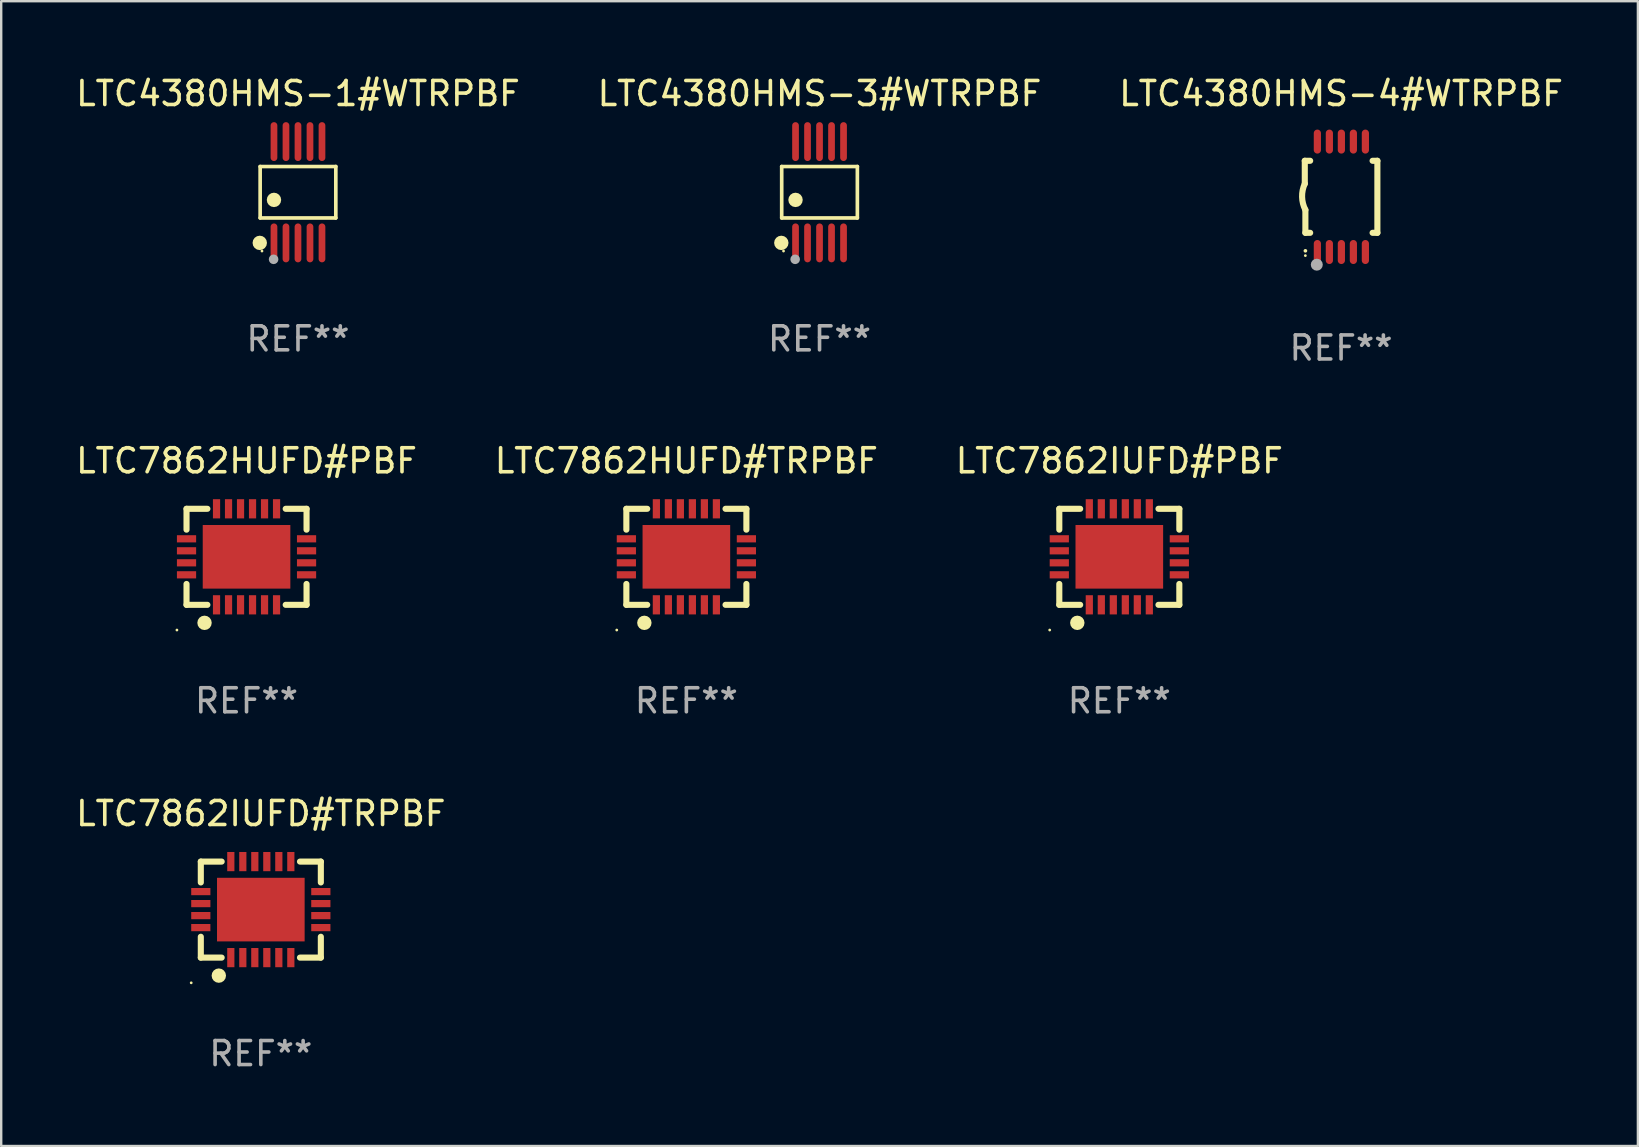
<source format=kicad_pcb>
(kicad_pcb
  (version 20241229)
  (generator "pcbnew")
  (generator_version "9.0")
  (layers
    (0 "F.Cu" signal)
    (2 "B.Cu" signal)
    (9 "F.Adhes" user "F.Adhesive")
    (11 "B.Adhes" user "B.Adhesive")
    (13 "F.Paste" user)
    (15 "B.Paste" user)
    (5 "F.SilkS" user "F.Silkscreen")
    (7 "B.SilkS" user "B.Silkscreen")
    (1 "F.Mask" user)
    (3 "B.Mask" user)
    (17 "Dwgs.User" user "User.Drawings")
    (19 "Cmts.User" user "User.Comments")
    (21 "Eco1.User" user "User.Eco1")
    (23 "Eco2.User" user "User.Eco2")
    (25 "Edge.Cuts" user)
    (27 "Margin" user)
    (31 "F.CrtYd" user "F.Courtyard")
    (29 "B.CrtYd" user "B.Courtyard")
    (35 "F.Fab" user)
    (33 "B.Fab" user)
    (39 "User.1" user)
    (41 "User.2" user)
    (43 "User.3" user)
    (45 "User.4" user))
  (footprint "LTC4380HMS-3#WTRPBF"
    (layer "F.Cu")
    (at 31.089 4.958)
    (property "Reference" "LTC4380HMS-3#WTRPBF" (at 0 -4.11 0) (layer "F.SilkS") (effects (font (size 1 1) (thickness 0.15))))
    (attr through_hole)
    (fp_line (start -1.576 -1.071) (end 1.576 -1.071) (stroke (width 0.152) (type solid)) (layer "F.SilkS"))
    (fp_line (start -1.576 1.071) (end -1.576 -1.071) (stroke (width 0.152) (type solid)) (layer "F.SilkS"))
    (fp_line (start 1.576 -1.071) (end 1.576 1.071) (stroke (width 0.152) (type solid)) (layer "F.SilkS"))
    (fp_line (start 1.576 1.071) (end -1.576 1.071) (stroke (width 0.152) (type solid)) (layer "F.SilkS"))
    (fp_circle (center -1.592 2.11) (end -1.442 2.11) (stroke (width 0.3) (type solid)) (fill no) (layer "F.SilkS"))
    (fp_circle (center -1.5 2.45) (end -1.47 2.45) (stroke (width 0.06) (type solid)) (fill no) (layer "F.SilkS"))
    (fp_circle (center -1 0.319) (end -0.85 0.319) (stroke (width 0.3) (type solid)) (fill no) (layer "F.SilkS"))
    (fp_circle (center -1.016 2.794) (end -0.916 2.794) (stroke (width 0.2) (type solid)) (fill no) (layer "F.Fab"))
    (fp_text user "REF**" (at 0 6.11 0) (layer "F.Fab") (effects (font (size 1 1) (thickness 0.15))))
    (pad "1" smd oval (at -1 2.11) (size 0.28 1.62) (layers "F.Cu" "F.Mask" "F.Paste"))
    (pad "2" smd oval (at -0.5 2.11) (size 0.28 1.62) (layers "F.Cu" "F.Mask" "F.Paste"))
    (pad "3" smd oval (at 0 2.11) (size 0.28 1.62) (layers "F.Cu" "F.Mask" "F.Paste"))
    (pad "4" smd oval (at 0.5 2.11) (size 0.28 1.62) (layers "F.Cu" "F.Mask" "F.Paste"))
    (pad "5" smd oval (at 1 2.11) (size 0.28 1.62) (layers "F.Cu" "F.Mask" "F.Paste"))
    (pad "6" smd oval (at 1 -2.11) (size 0.28 1.62) (layers "F.Cu" "F.Mask" "F.Paste"))
    (pad "7" smd oval (at 0.5 -2.11) (size 0.28 1.62) (layers "F.Cu" "F.Mask" "F.Paste"))
    (pad "8" smd oval (at 0 -2.11) (size 0.28 1.62) (layers "F.Cu" "F.Mask" "F.Paste"))
    (pad "9" smd oval (at -0.5 -2.11) (size 0.28 1.62) (layers "F.Cu" "F.Mask" "F.Paste"))
    (pad "10" smd oval (at -1 -2.11) (size 0.28 1.62) (layers "F.Cu" "F.Mask" "F.Paste")))
  (footprint "LTC7862HUFD#TRPBF"
    (layer "F.Cu")
    (at 25.542 20.145)
    (property "Reference" "LTC7862HUFD#TRPBF" (at 0 -4 0) (layer "F.SilkS") (effects (font (size 1 1) (thickness 0.15))))
    (attr through_hole)
    (fp_line (start -2.5 -2) (end -1.631 -2) (stroke (width 0.254) (type solid)) (layer "F.SilkS"))
    (fp_line (start -2.5 -1.131) (end -2.5 -2) (stroke (width 0.254) (type solid)) (layer "F.SilkS"))
    (fp_line (start -2.5 2) (end -2.5 1.131) (stroke (width 0.254) (type solid)) (layer "F.SilkS"))
    (fp_line (start -1.631 2) (end -2.5 2) (stroke (width 0.254) (type solid)) (layer "F.SilkS"))
    (fp_line (start 1.631 -2) (end 2.5 -2) (stroke (width 0.254) (type solid)) (layer "F.SilkS"))
    (fp_line (start 2.5 -2) (end 2.5 -1.131) (stroke (width 0.254) (type solid)) (layer "F.SilkS"))
    (fp_line (start 2.5 1.131) (end 2.5 2) (stroke (width 0.254) (type solid)) (layer "F.SilkS"))
    (fp_line (start 2.5 2) (end 1.631 2) (stroke (width 0.254) (type solid)) (layer "F.SilkS"))
    (fp_circle (center -2.9 3.05) (end -2.87 3.05) (stroke (width 0.06) (type solid)) (fill no) (layer "F.SilkS"))
    (fp_circle (center -1.75 2.75) (end -1.6 2.75) (stroke (width 0.3) (type solid)) (fill no) (layer "F.SilkS"))
    (fp_text user "REF**" (at 0 6 0) (layer "F.Fab") (effects (font (size 1 1) (thickness 0.15))))
    (pad "1" smd rect (at -1.25 2 90) (size 0.8 0.3) (layers "F.Cu" "F.Mask" "F.Paste"))
    (pad "2" smd rect (at -0.75 2 90) (size 0.8 0.3) (layers "F.Cu" "F.Mask" "F.Paste"))
    (pad "3" smd rect (at -0.25 2 90) (size 0.8 0.3) (layers "F.Cu" "F.Mask" "F.Paste"))
    (pad "4" smd rect (at 0.25 2 90) (size 0.8 0.3) (layers "F.Cu" "F.Mask" "F.Paste"))
    (pad "5" smd rect (at 0.75 2 90) (size 0.8 0.3) (layers "F.Cu" "F.Mask" "F.Paste"))
    (pad "6" smd rect (at 1.25 2 90) (size 0.8 0.3) (layers "F.Cu" "F.Mask" "F.Paste"))
    (pad "7" smd rect (at 2.5 0.75 180) (size 0.8 0.3) (layers "F.Cu" "F.Mask" "F.Paste"))
    (pad "8" smd rect (at 2.5 0.25 180) (size 0.8 0.3) (layers "F.Cu" "F.Mask" "F.Paste"))
    (pad "9" smd rect (at 2.5 -0.25 180) (size 0.8 0.3) (layers "F.Cu" "F.Mask" "F.Paste"))
    (pad "10" smd rect (at 2.5 -0.75 180) (size 0.8 0.3) (layers "F.Cu" "F.Mask" "F.Paste"))
    (pad "11" smd rect (at 1.25 -2 270) (size 0.8 0.3) (layers "F.Cu" "F.Mask" "F.Paste"))
    (pad "12" smd rect (at 0.75 -2 270) (size 0.8 0.3) (layers "F.Cu" "F.Mask" "F.Paste"))
    (pad "13" smd rect (at 0.25 -2 270) (size 0.8 0.3) (layers "F.Cu" "F.Mask" "F.Paste"))
    (pad "14" smd rect (at -0.25 -2 270) (size 0.8 0.3) (layers "F.Cu" "F.Mask" "F.Paste"))
    (pad "15" smd rect (at -0.75 -2 270) (size 0.8 0.3) (layers "F.Cu" "F.Mask" "F.Paste"))
    (pad "16" smd rect (at -1.25 -2 270) (size 0.8 0.3) (layers "F.Cu" "F.Mask" "F.Paste"))
    (pad "17" smd rect (at -2.5 -0.75) (size 0.8 0.3) (layers "F.Cu" "F.Mask" "F.Paste"))
    (pad "18" smd rect (at -2.5 -0.25) (size 0.8 0.3) (layers "F.Cu" "F.Mask" "F.Paste"))
    (pad "19" smd rect (at -2.5 0.25) (size 0.8 0.3) (layers "F.Cu" "F.Mask" "F.Paste"))
    (pad "20" smd rect (at -2.5 0.75) (size 0.8 0.3) (layers "F.Cu" "F.Mask" "F.Paste"))
    (pad "21" smd rect (at 0 0) (size 3.65 2.65) (layers "F.Cu" "F.Mask" "F.Paste")))
  (footprint "LTC4380HMS-4#WTRPBF"
    (layer "F.Cu")
    (at 52.815 5.148)
    (property "Reference" "LTC4380HMS-4#WTRPBF" (at 0 -4.3 0) (layer "F.SilkS") (effects (font (size 1 1) (thickness 0.15))))
    (attr through_hole)
    (fp_line (start -1.512 -1.5) (end -1.512 -0.546) (stroke (width 0.254) (type solid)) (layer "F.SilkS"))
    (fp_line (start -1.487 0.546) (end -1.487 1.5) (stroke (width 0.254) (type solid)) (layer "F.SilkS"))
    (fp_line (start -1.288 -1.5) (end -1.512 -1.5) (stroke (width 0.254) (type solid)) (layer "F.SilkS"))
    (fp_line (start -1.288 1.5) (end -1.487 1.5) (stroke (width 0.254) (type solid)) (layer "F.SilkS"))
    (fp_line (start 1.512 -1.5) (end 1.312 -1.5) (stroke (width 0.254) (type solid)) (layer "F.SilkS"))
    (fp_line (start 1.512 -1.5) (end 1.512 1.5) (stroke (width 0.254) (type solid)) (layer "F.SilkS"))
    (fp_line (start 1.512 1.5) (end 1.312 1.5) (stroke (width 0.254) (type solid)) (layer "F.SilkS"))
    (fp_arc (start -1.487998 2.250013) (mid -1.486728 2.250007) (end -1.485458 2.250013) (stroke (width 0.150013) (type solid)) (layer "F.SilkS"))
    (fp_arc (start -1.486602 0.546102) (mid -1.624196 0.002905) (end -1.512002 -0.546101) (stroke (width 0.254001) (type solid)) (layer "F.SilkS"))
    (fp_circle (center -1.488 2.45) (end -1.458 2.45) (stroke (width 0.06) (type solid)) (fill no) (layer "F.SilkS"))
    (fp_circle (center -1.012 2.828) (end -0.887 2.828) (stroke (width 0.25) (type solid)) (fill no) (layer "F.Fab"))
    (fp_text user "REF**" (at 0 6.3 0) (layer "F.Fab") (effects (font (size 1 1) (thickness 0.15))))
    (pad "1" smd oval (at -0.988 2.3) (size 0.3 1) (layers "F.Cu" "F.Mask" "F.Paste"))
    (pad "2" smd oval (at -0.488 2.3) (size 0.3 1) (layers "F.Cu" "F.Mask" "F.Paste"))
    (pad "3" smd oval (at 0.012 2.3) (size 0.3 1) (layers "F.Cu" "F.Mask" "F.Paste"))
    (pad "4" smd oval (at 0.512 2.3) (size 0.3 1) (layers "F.Cu" "F.Mask" "F.Paste"))
    (pad "5" smd oval (at 1.012 2.3) (size 0.3 1) (layers "F.Cu" "F.Mask" "F.Paste"))
    (pad "6" smd oval (at 1.012 -2.3) (size 0.3 1) (layers "F.Cu" "F.Mask" "F.Paste"))
    (pad "7" smd oval (at 0.512 -2.3) (size 0.3 1) (layers "F.Cu" "F.Mask" "F.Paste"))
    (pad "8" smd oval (at 0.012 -2.3) (size 0.3 1) (layers "F.Cu" "F.Mask" "F.Paste"))
    (pad "9" smd oval (at -0.488 -2.3) (size 0.3 1) (layers "F.Cu" "F.Mask" "F.Paste"))
    (pad "10" smd oval (at -0.988 -2.3) (size 0.3 1) (layers "F.Cu" "F.Mask" "F.Paste")))
  (footprint "LTC7862HUFD#PBF"
    (layer "F.Cu")
    (at 7.22 20.145)
    (property "Reference" "LTC7862HUFD#PBF" (at 0 -4 0) (layer "F.SilkS") (effects (font (size 1 1) (thickness 0.15))))
    (attr through_hole)
    (fp_line (start -2.5 -2) (end -1.631 -2) (stroke (width 0.254) (type solid)) (layer "F.SilkS"))
    (fp_line (start -2.5 -1.131) (end -2.5 -2) (stroke (width 0.254) (type solid)) (layer "F.SilkS"))
    (fp_line (start -2.5 2) (end -2.5 1.131) (stroke (width 0.254) (type solid)) (layer "F.SilkS"))
    (fp_line (start -1.631 2) (end -2.5 2) (stroke (width 0.254) (type solid)) (layer "F.SilkS"))
    (fp_line (start 1.631 -2) (end 2.5 -2) (stroke (width 0.254) (type solid)) (layer "F.SilkS"))
    (fp_line (start 2.5 -2) (end 2.5 -1.131) (stroke (width 0.254) (type solid)) (layer "F.SilkS"))
    (fp_line (start 2.5 1.131) (end 2.5 2) (stroke (width 0.254) (type solid)) (layer "F.SilkS"))
    (fp_line (start 2.5 2) (end 1.631 2) (stroke (width 0.254) (type solid)) (layer "F.SilkS"))
    (fp_circle (center -2.9 3.05) (end -2.87 3.05) (stroke (width 0.06) (type solid)) (fill no) (layer "F.SilkS"))
    (fp_circle (center -1.75 2.75) (end -1.6 2.75) (stroke (width 0.3) (type solid)) (fill no) (layer "F.SilkS"))
    (fp_text user "REF**" (at 0 6 0) (layer "F.Fab") (effects (font (size 1 1) (thickness 0.15))))
    (pad "1" smd rect (at -1.25 2 90) (size 0.8 0.3) (layers "F.Cu" "F.Mask" "F.Paste"))
    (pad "2" smd rect (at -0.75 2 90) (size 0.8 0.3) (layers "F.Cu" "F.Mask" "F.Paste"))
    (pad "3" smd rect (at -0.25 2 90) (size 0.8 0.3) (layers "F.Cu" "F.Mask" "F.Paste"))
    (pad "4" smd rect (at 0.25 2 90) (size 0.8 0.3) (layers "F.Cu" "F.Mask" "F.Paste"))
    (pad "5" smd rect (at 0.75 2 90) (size 0.8 0.3) (layers "F.Cu" "F.Mask" "F.Paste"))
    (pad "6" smd rect (at 1.25 2 90) (size 0.8 0.3) (layers "F.Cu" "F.Mask" "F.Paste"))
    (pad "7" smd rect (at 2.5 0.75 180) (size 0.8 0.3) (layers "F.Cu" "F.Mask" "F.Paste"))
    (pad "8" smd rect (at 2.5 0.25 180) (size 0.8 0.3) (layers "F.Cu" "F.Mask" "F.Paste"))
    (pad "9" smd rect (at 2.5 -0.25 180) (size 0.8 0.3) (layers "F.Cu" "F.Mask" "F.Paste"))
    (pad "10" smd rect (at 2.5 -0.75 180) (size 0.8 0.3) (layers "F.Cu" "F.Mask" "F.Paste"))
    (pad "11" smd rect (at 1.25 -2 270) (size 0.8 0.3) (layers "F.Cu" "F.Mask" "F.Paste"))
    (pad "12" smd rect (at 0.75 -2 270) (size 0.8 0.3) (layers "F.Cu" "F.Mask" "F.Paste"))
    (pad "13" smd rect (at 0.25 -2 270) (size 0.8 0.3) (layers "F.Cu" "F.Mask" "F.Paste"))
    (pad "14" smd rect (at -0.25 -2 270) (size 0.8 0.3) (layers "F.Cu" "F.Mask" "F.Paste"))
    (pad "15" smd rect (at -0.75 -2 270) (size 0.8 0.3) (layers "F.Cu" "F.Mask" "F.Paste"))
    (pad "16" smd rect (at -1.25 -2 270) (size 0.8 0.3) (layers "F.Cu" "F.Mask" "F.Paste"))
    (pad "17" smd rect (at -2.5 -0.75) (size 0.8 0.3) (layers "F.Cu" "F.Mask" "F.Paste"))
    (pad "18" smd rect (at -2.5 -0.25) (size 0.8 0.3) (layers "F.Cu" "F.Mask" "F.Paste"))
    (pad "19" smd rect (at -2.5 0.25) (size 0.8 0.3) (layers "F.Cu" "F.Mask" "F.Paste"))
    (pad "20" smd rect (at -2.5 0.75) (size 0.8 0.3) (layers "F.Cu" "F.Mask" "F.Paste"))
    (pad "21" smd rect (at 0 0) (size 3.65 2.65) (layers "F.Cu" "F.Mask" "F.Paste")))
  (footprint "LTC4380HMS-1#WTRPBF"
    (layer "F.Cu")
    (at 9.363 4.958)
    (property "Reference" "LTC4380HMS-1#WTRPBF" (at 0 -4.11 0) (layer "F.SilkS") (effects (font (size 1 1) (thickness 0.15))))
    (attr through_hole)
    (fp_line (start -1.576 -1.071) (end 1.576 -1.071) (stroke (width 0.152) (type solid)) (layer "F.SilkS"))
    (fp_line (start -1.576 1.071) (end -1.576 -1.071) (stroke (width 0.152) (type solid)) (layer "F.SilkS"))
    (fp_line (start 1.576 -1.071) (end 1.576 1.071) (stroke (width 0.152) (type solid)) (layer "F.SilkS"))
    (fp_line (start 1.576 1.071) (end -1.576 1.071) (stroke (width 0.152) (type solid)) (layer "F.SilkS"))
    (fp_circle (center -1.592 2.11) (end -1.442 2.11) (stroke (width 0.3) (type solid)) (fill no) (layer "F.SilkS"))
    (fp_circle (center -1.5 2.45) (end -1.47 2.45) (stroke (width 0.06) (type solid)) (fill no) (layer "F.SilkS"))
    (fp_circle (center -1 0.319) (end -0.85 0.319) (stroke (width 0.3) (type solid)) (fill no) (layer "F.SilkS"))
    (fp_circle (center -1.016 2.794) (end -0.916 2.794) (stroke (width 0.2) (type solid)) (fill no) (layer "F.Fab"))
    (fp_text user "REF**" (at 0 6.11 0) (layer "F.Fab") (effects (font (size 1 1) (thickness 0.15))))
    (pad "1" smd oval (at -1 2.11) (size 0.28 1.62) (layers "F.Cu" "F.Mask" "F.Paste"))
    (pad "2" smd oval (at -0.5 2.11) (size 0.28 1.62) (layers "F.Cu" "F.Mask" "F.Paste"))
    (pad "3" smd oval (at 0 2.11) (size 0.28 1.62) (layers "F.Cu" "F.Mask" "F.Paste"))
    (pad "4" smd oval (at 0.5 2.11) (size 0.28 1.62) (layers "F.Cu" "F.Mask" "F.Paste"))
    (pad "5" smd oval (at 1 2.11) (size 0.28 1.62) (layers "F.Cu" "F.Mask" "F.Paste"))
    (pad "6" smd oval (at 1 -2.11) (size 0.28 1.62) (layers "F.Cu" "F.Mask" "F.Paste"))
    (pad "7" smd oval (at 0.5 -2.11) (size 0.28 1.62) (layers "F.Cu" "F.Mask" "F.Paste"))
    (pad "8" smd oval (at 0 -2.11) (size 0.28 1.62) (layers "F.Cu" "F.Mask" "F.Paste"))
    (pad "9" smd oval (at -0.5 -2.11) (size 0.28 1.62) (layers "F.Cu" "F.Mask" "F.Paste"))
    (pad "10" smd oval (at -1 -2.11) (size 0.28 1.62) (layers "F.Cu" "F.Mask" "F.Paste")))
  (footprint "LTC7862IUFD#TRPBF"
    (layer "F.Cu")
    (at 7.815 34.841)
    (property "Reference" "LTC7862IUFD#TRPBF" (at 0 -4 0) (layer "F.SilkS") (effects (font (size 1 1) (thickness 0.15))))
    (attr through_hole)
    (fp_line (start -2.5 -2) (end -1.631 -2) (stroke (width 0.254) (type solid)) (layer "F.SilkS"))
    (fp_line (start -2.5 -1.131) (end -2.5 -2) (stroke (width 0.254) (type solid)) (layer "F.SilkS"))
    (fp_line (start -2.5 2) (end -2.5 1.131) (stroke (width 0.254) (type solid)) (layer "F.SilkS"))
    (fp_line (start -1.631 2) (end -2.5 2) (stroke (width 0.254) (type solid)) (layer "F.SilkS"))
    (fp_line (start 1.631 -2) (end 2.5 -2) (stroke (width 0.254) (type solid)) (layer "F.SilkS"))
    (fp_line (start 2.5 -2) (end 2.5 -1.131) (stroke (width 0.254) (type solid)) (layer "F.SilkS"))
    (fp_line (start 2.5 1.131) (end 2.5 2) (stroke (width 0.254) (type solid)) (layer "F.SilkS"))
    (fp_line (start 2.5 2) (end 1.631 2) (stroke (width 0.254) (type solid)) (layer "F.SilkS"))
    (fp_circle (center -2.9 3.05) (end -2.87 3.05) (stroke (width 0.06) (type solid)) (fill no) (layer "F.SilkS"))
    (fp_circle (center -1.75 2.75) (end -1.6 2.75) (stroke (width 0.3) (type solid)) (fill no) (layer "F.SilkS"))
    (fp_text user "REF**" (at 0 6 0) (layer "F.Fab") (effects (font (size 1 1) (thickness 0.15))))
    (pad "1" smd rect (at -1.25 2 90) (size 0.8 0.3) (layers "F.Cu" "F.Mask" "F.Paste"))
    (pad "2" smd rect (at -0.75 2 90) (size 0.8 0.3) (layers "F.Cu" "F.Mask" "F.Paste"))
    (pad "3" smd rect (at -0.25 2 90) (size 0.8 0.3) (layers "F.Cu" "F.Mask" "F.Paste"))
    (pad "4" smd rect (at 0.25 2 90) (size 0.8 0.3) (layers "F.Cu" "F.Mask" "F.Paste"))
    (pad "5" smd rect (at 0.75 2 90) (size 0.8 0.3) (layers "F.Cu" "F.Mask" "F.Paste"))
    (pad "6" smd rect (at 1.25 2 90) (size 0.8 0.3) (layers "F.Cu" "F.Mask" "F.Paste"))
    (pad "7" smd rect (at 2.5 0.75 180) (size 0.8 0.3) (layers "F.Cu" "F.Mask" "F.Paste"))
    (pad "8" smd rect (at 2.5 0.25 180) (size 0.8 0.3) (layers "F.Cu" "F.Mask" "F.Paste"))
    (pad "9" smd rect (at 2.5 -0.25 180) (size 0.8 0.3) (layers "F.Cu" "F.Mask" "F.Paste"))
    (pad "10" smd rect (at 2.5 -0.75 180) (size 0.8 0.3) (layers "F.Cu" "F.Mask" "F.Paste"))
    (pad "11" smd rect (at 1.25 -2 270) (size 0.8 0.3) (layers "F.Cu" "F.Mask" "F.Paste"))
    (pad "12" smd rect (at 0.75 -2 270) (size 0.8 0.3) (layers "F.Cu" "F.Mask" "F.Paste"))
    (pad "13" smd rect (at 0.25 -2 270) (size 0.8 0.3) (layers "F.Cu" "F.Mask" "F.Paste"))
    (pad "14" smd rect (at -0.25 -2 270) (size 0.8 0.3) (layers "F.Cu" "F.Mask" "F.Paste"))
    (pad "15" smd rect (at -0.75 -2 270) (size 0.8 0.3) (layers "F.Cu" "F.Mask" "F.Paste"))
    (pad "16" smd rect (at -1.25 -2 270) (size 0.8 0.3) (layers "F.Cu" "F.Mask" "F.Paste"))
    (pad "17" smd rect (at -2.5 -0.75) (size 0.8 0.3) (layers "F.Cu" "F.Mask" "F.Paste"))
    (pad "18" smd rect (at -2.5 -0.25) (size 0.8 0.3) (layers "F.Cu" "F.Mask" "F.Paste"))
    (pad "19" smd rect (at -2.5 0.25) (size 0.8 0.3) (layers "F.Cu" "F.Mask" "F.Paste"))
    (pad "20" smd rect (at -2.5 0.75) (size 0.8 0.3) (layers "F.Cu" "F.Mask" "F.Paste"))
    (pad "21" smd rect (at 0 0) (size 3.65 2.65) (layers "F.Cu" "F.Mask" "F.Paste")))
  (footprint "LTC7862IUFD#PBF"
    (layer "F.Cu")
    (at 43.577 20.145)
    (property "Reference" "LTC7862IUFD#PBF" (at 0 -4 0) (layer "F.SilkS") (effects (font (size 1 1) (thickness 0.15))))
    (attr through_hole)
    (fp_line (start -2.5 -2) (end -1.631 -2) (stroke (width 0.254) (type solid)) (layer "F.SilkS"))
    (fp_line (start -2.5 -1.131) (end -2.5 -2) (stroke (width 0.254) (type solid)) (layer "F.SilkS"))
    (fp_line (start -2.5 2) (end -2.5 1.131) (stroke (width 0.254) (type solid)) (layer "F.SilkS"))
    (fp_line (start -1.631 2) (end -2.5 2) (stroke (width 0.254) (type solid)) (layer "F.SilkS"))
    (fp_line (start 1.631 -2) (end 2.5 -2) (stroke (width 0.254) (type solid)) (layer "F.SilkS"))
    (fp_line (start 2.5 -2) (end 2.5 -1.131) (stroke (width 0.254) (type solid)) (layer "F.SilkS"))
    (fp_line (start 2.5 1.131) (end 2.5 2) (stroke (width 0.254) (type solid)) (layer "F.SilkS"))
    (fp_line (start 2.5 2) (end 1.631 2) (stroke (width 0.254) (type solid)) (layer "F.SilkS"))
    (fp_circle (center -2.9 3.05) (end -2.87 3.05) (stroke (width 0.06) (type solid)) (fill no) (layer "F.SilkS"))
    (fp_circle (center -1.75 2.75) (end -1.6 2.75) (stroke (width 0.3) (type solid)) (fill no) (layer "F.SilkS"))
    (fp_text user "REF**" (at 0 6 0) (layer "F.Fab") (effects (font (size 1 1) (thickness 0.15))))
    (pad "1" smd rect (at -1.25 2 90) (size 0.8 0.3) (layers "F.Cu" "F.Mask" "F.Paste"))
    (pad "2" smd rect (at -0.75 2 90) (size 0.8 0.3) (layers "F.Cu" "F.Mask" "F.Paste"))
    (pad "3" smd rect (at -0.25 2 90) (size 0.8 0.3) (layers "F.Cu" "F.Mask" "F.Paste"))
    (pad "4" smd rect (at 0.25 2 90) (size 0.8 0.3) (layers "F.Cu" "F.Mask" "F.Paste"))
    (pad "5" smd rect (at 0.75 2 90) (size 0.8 0.3) (layers "F.Cu" "F.Mask" "F.Paste"))
    (pad "6" smd rect (at 1.25 2 90) (size 0.8 0.3) (layers "F.Cu" "F.Mask" "F.Paste"))
    (pad "7" smd rect (at 2.5 0.75 180) (size 0.8 0.3) (layers "F.Cu" "F.Mask" "F.Paste"))
    (pad "8" smd rect (at 2.5 0.25 180) (size 0.8 0.3) (layers "F.Cu" "F.Mask" "F.Paste"))
    (pad "9" smd rect (at 2.5 -0.25 180) (size 0.8 0.3) (layers "F.Cu" "F.Mask" "F.Paste"))
    (pad "10" smd rect (at 2.5 -0.75 180) (size 0.8 0.3) (layers "F.Cu" "F.Mask" "F.Paste"))
    (pad "11" smd rect (at 1.25 -2 270) (size 0.8 0.3) (layers "F.Cu" "F.Mask" "F.Paste"))
    (pad "12" smd rect (at 0.75 -2 270) (size 0.8 0.3) (layers "F.Cu" "F.Mask" "F.Paste"))
    (pad "13" smd rect (at 0.25 -2 270) (size 0.8 0.3) (layers "F.Cu" "F.Mask" "F.Paste"))
    (pad "14" smd rect (at -0.25 -2 270) (size 0.8 0.3) (layers "F.Cu" "F.Mask" "F.Paste"))
    (pad "15" smd rect (at -0.75 -2 270) (size 0.8 0.3) (layers "F.Cu" "F.Mask" "F.Paste"))
    (pad "16" smd rect (at -1.25 -2 270) (size 0.8 0.3) (layers "F.Cu" "F.Mask" "F.Paste"))
    (pad "17" smd rect (at -2.5 -0.75) (size 0.8 0.3) (layers "F.Cu" "F.Mask" "F.Paste"))
    (pad "18" smd rect (at -2.5 -0.25) (size 0.8 0.3) (layers "F.Cu" "F.Mask" "F.Paste"))
    (pad "19" smd rect (at -2.5 0.25) (size 0.8 0.3) (layers "F.Cu" "F.Mask" "F.Paste"))
    (pad "20" smd rect (at -2.5 0.75) (size 0.8 0.3) (layers "F.Cu" "F.Mask" "F.Paste"))
    (pad "21" smd rect (at 0 0) (size 3.65 2.65) (layers "F.Cu" "F.Mask" "F.Paste")))
  (gr_rect
    (start -3 -3)
    (end 65.179 44.689)
    (stroke (width 0.1) (type default))
    (fill no)
    (layer "Edge.Cuts")))
</source>
